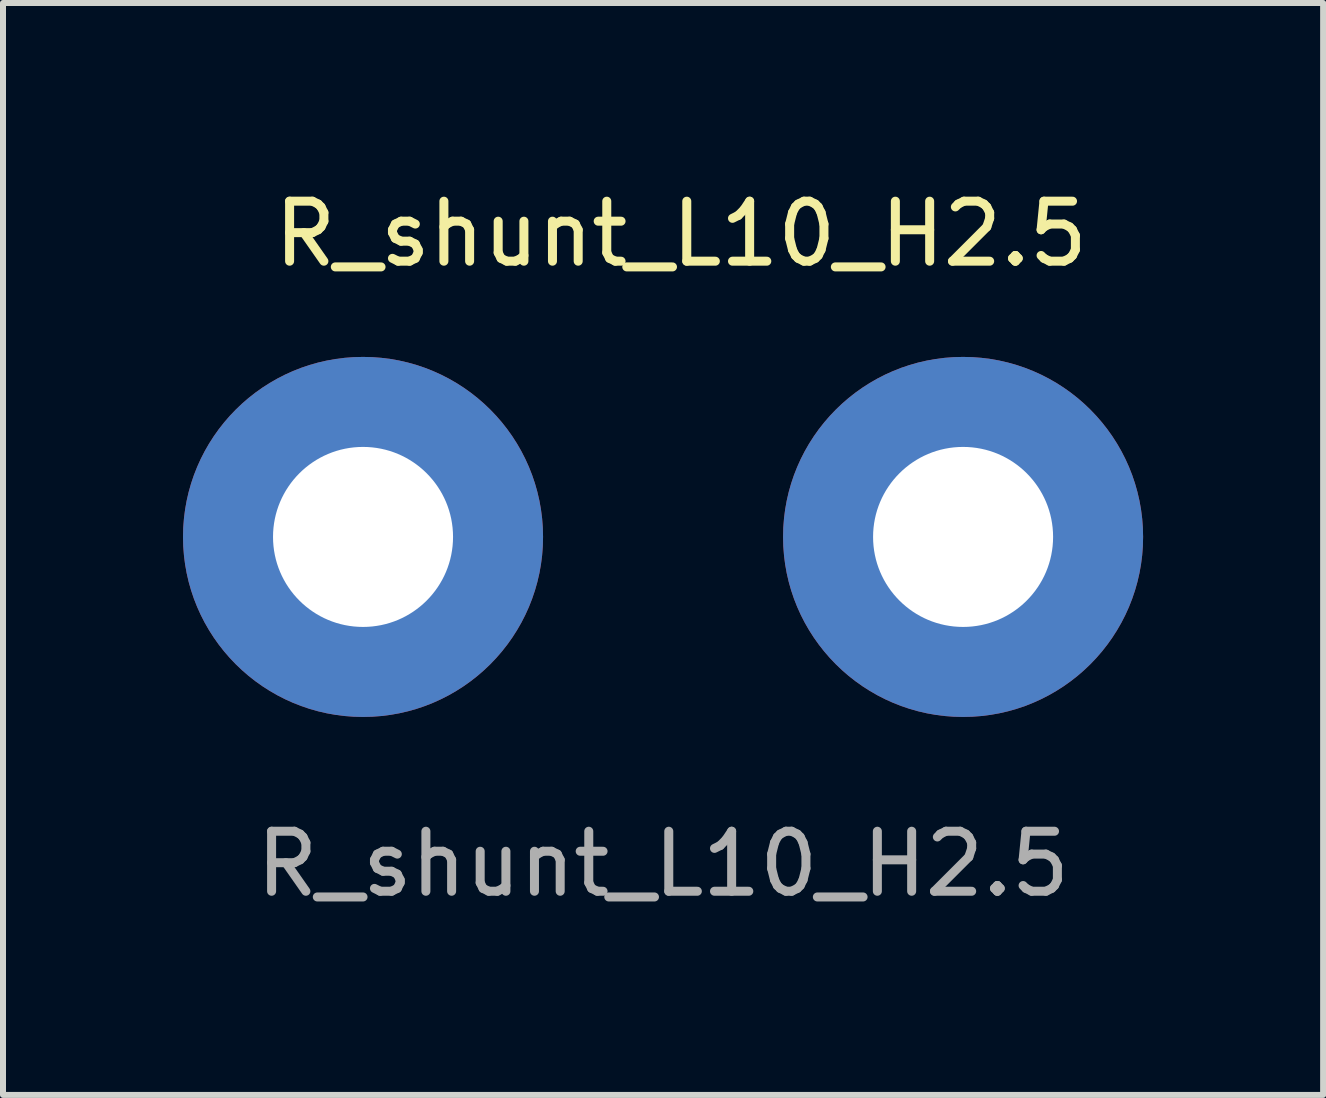
<source format=kicad_pcb>
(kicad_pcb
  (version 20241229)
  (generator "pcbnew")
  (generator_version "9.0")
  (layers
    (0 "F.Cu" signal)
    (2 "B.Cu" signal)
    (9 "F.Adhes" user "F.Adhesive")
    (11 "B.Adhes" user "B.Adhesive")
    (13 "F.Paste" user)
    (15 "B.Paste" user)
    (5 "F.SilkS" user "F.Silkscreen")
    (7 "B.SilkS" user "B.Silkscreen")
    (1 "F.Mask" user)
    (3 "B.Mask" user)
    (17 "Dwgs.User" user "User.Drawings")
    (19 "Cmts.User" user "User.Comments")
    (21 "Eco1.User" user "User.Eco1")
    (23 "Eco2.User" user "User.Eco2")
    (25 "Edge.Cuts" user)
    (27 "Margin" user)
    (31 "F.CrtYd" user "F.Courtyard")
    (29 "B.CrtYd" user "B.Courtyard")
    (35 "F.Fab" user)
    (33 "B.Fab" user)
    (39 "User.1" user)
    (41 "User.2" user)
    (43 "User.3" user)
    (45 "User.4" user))
  (footprint "R_shunt_L10_H2.5"
    (layer "F.Cu")
    (at 3 5.898)
    (property "Reference" "R_shunt_L10_H2.5" (at 5.3 -5.05 0) (unlocked yes) (layer "F.SilkS") (effects (font (size 1 1) (thickness 0.15))))
    (attr through_hole)
    (fp_text user "${REFERENCE}" (at 5 5.45 0) (unlocked yes) (layer "F.Fab") (effects (font (size 1 1) (thickness 0.15))))
    (pad "1" thru_hole circle (at 0 0) (size 6 6) (drill 3) (layers "*.Cu" "*.Mask"))
    (pad "2" thru_hole circle (at 10 0) (size 6 6) (drill 3) (layers "*.Cu" "*.Mask")))
  (gr_rect
    (start -3 -3)
    (end 19 15.197)
    (stroke (width 0.1) (type default))
    (fill no)
    (layer "Edge.Cuts")))
</source>
